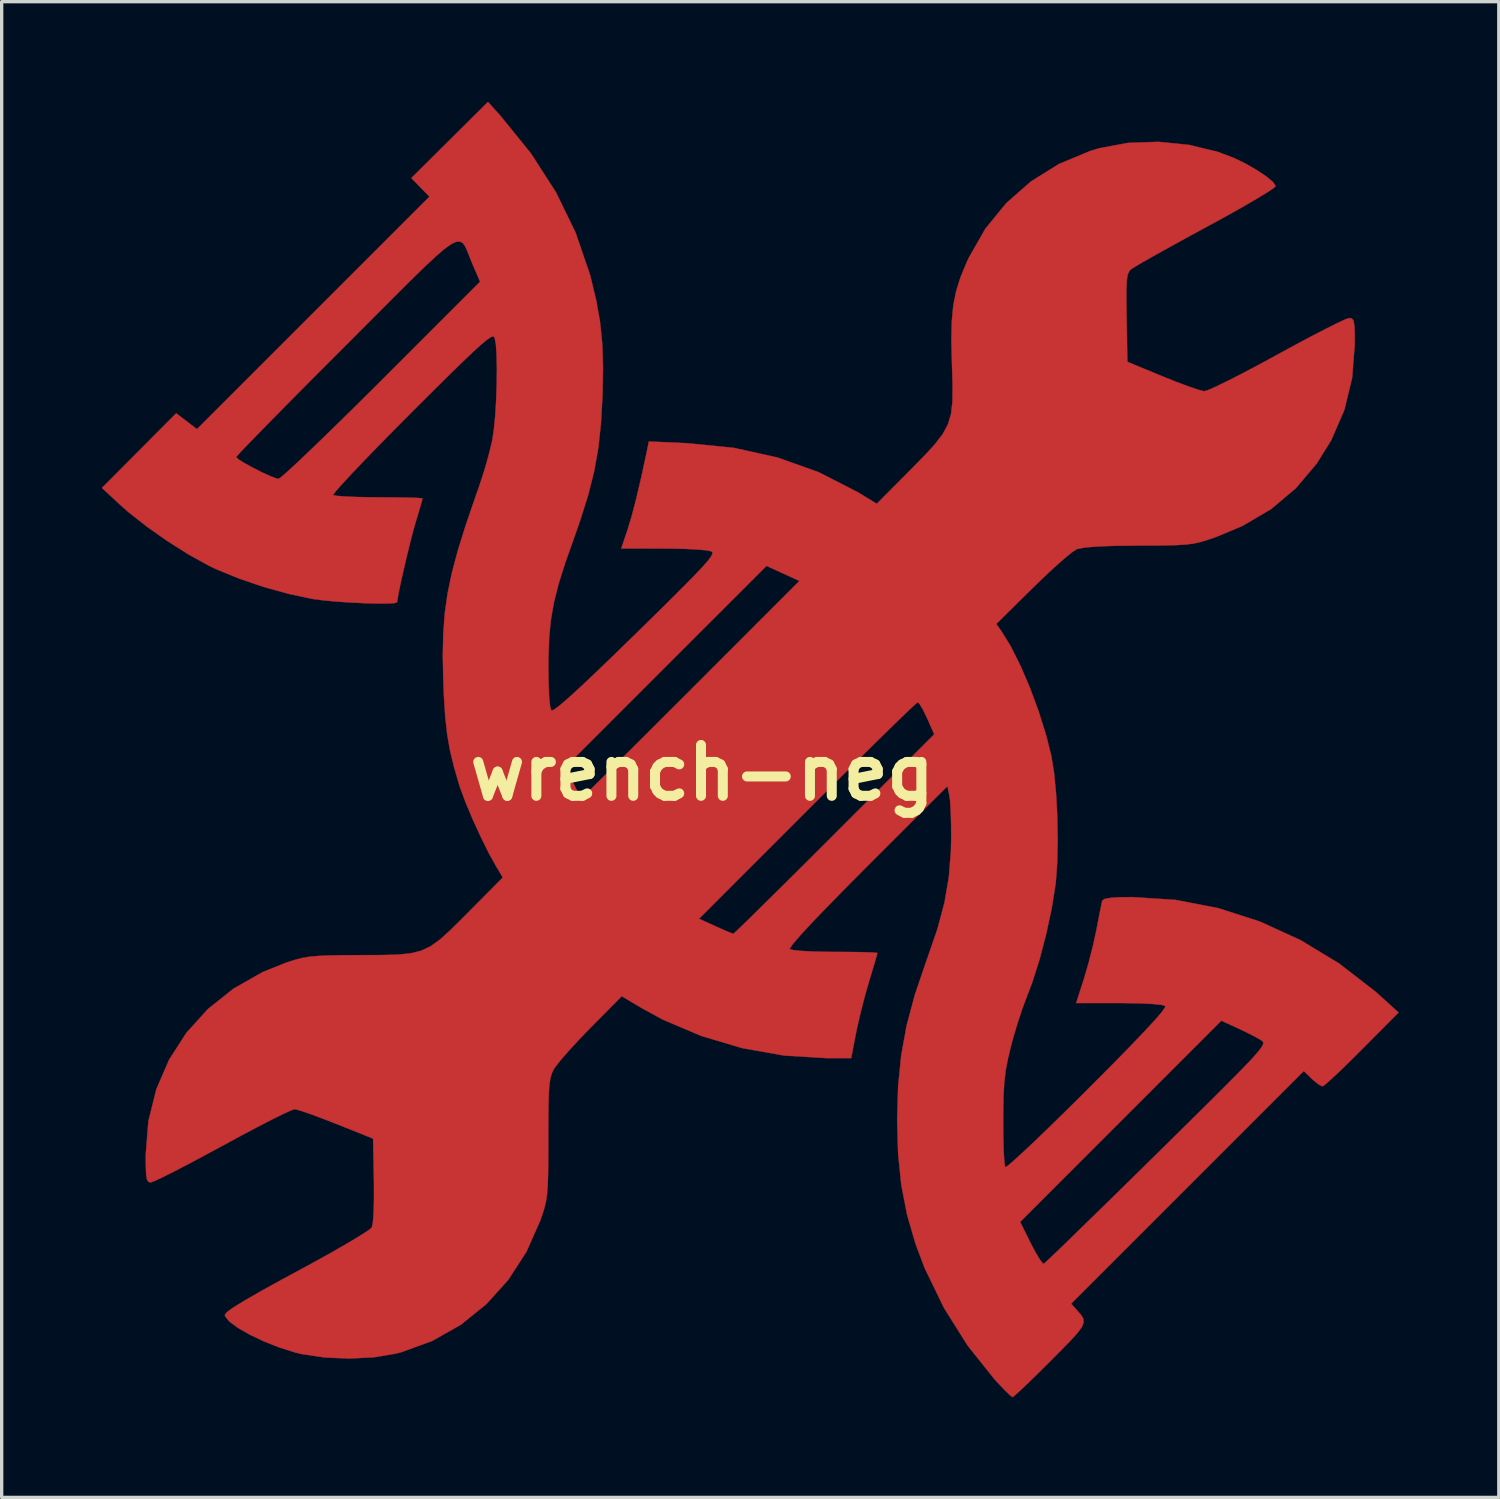
<source format=kicad_pcb>
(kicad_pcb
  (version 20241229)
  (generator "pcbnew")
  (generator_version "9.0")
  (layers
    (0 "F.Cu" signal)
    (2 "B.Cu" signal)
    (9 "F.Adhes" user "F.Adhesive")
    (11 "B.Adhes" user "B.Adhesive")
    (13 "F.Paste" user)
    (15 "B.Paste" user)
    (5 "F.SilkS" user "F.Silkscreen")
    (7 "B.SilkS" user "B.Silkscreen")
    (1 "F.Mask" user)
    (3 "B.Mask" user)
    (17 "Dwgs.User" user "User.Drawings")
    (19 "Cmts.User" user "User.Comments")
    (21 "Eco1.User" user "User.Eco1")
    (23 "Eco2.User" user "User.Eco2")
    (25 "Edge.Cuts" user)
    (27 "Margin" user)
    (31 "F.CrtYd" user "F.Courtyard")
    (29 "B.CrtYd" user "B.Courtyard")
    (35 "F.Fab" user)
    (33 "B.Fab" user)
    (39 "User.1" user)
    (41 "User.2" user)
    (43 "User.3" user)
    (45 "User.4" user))
  (footprint "wrench-neg"
    (layer "F.Cu")
    (at 17.997 20.113)
    (property "Reference" "wrench-neg" (at 0 0 0) (layer "F.SilkS") (effects (font (size 1.524 1.524) (thickness 0.3))))
    (attr through_hole)
    (fp_poly (pts (xy -6.042 -19.685) (xy -5.132 -18.563) (xy -4.385 -17.402) (xy -3.798 -16.197) (xy -3.368 -14.942) (xy -3.349 -14.873) (xy -3.18 -14.174) (xy -3.064 -13.523) (xy -2.997 -12.867) (xy -2.974 -12.152) (xy -2.989 -11.326) (xy -2.989 -11.312) (xy -3.035 -10.481) (xy -3.114 -9.742) (xy -3.238 -9.041) (xy -3.417 -8.329) (xy -3.662 -7.553) (xy -3.857 -6.998) (xy -4.113 -6.272) (xy -4.306 -5.658) (xy -4.443 -5.114) (xy -4.534 -4.599) (xy -4.587 -4.071) (xy -4.609 -3.488) (xy -4.612 -3.156) (xy -4.605 -2.664) (xy -4.588 -2.27) (xy -4.56 -1.996) (xy -4.525 -1.867) (xy -4.523 -1.864) (xy -4.45 -1.887) (xy -4.282 -2.011) (xy -4.015 -2.24) (xy -3.645 -2.578) (xy -3.169 -3.028) (xy -2.582 -3.593) (xy -1.999 -4.162) (xy -1.387 -4.762) (xy -0.887 -5.256) (xy -0.49 -5.654) (xy -0.185 -5.966) (xy 0.038 -6.203) (xy 0.187 -6.377) (xy 0.274 -6.497) (xy 0.308 -6.575) (xy 0.299 -6.621) (xy 0.282 -6.635) (xy 0.142 -6.667) (xy -0.135 -6.693) (xy -0.517 -6.712) (xy -0.974 -6.722) (xy -1.15 -6.723) (xy -2.427 -6.724) (xy -2.24 -7.278) (xy -2.117 -7.684) (xy -1.976 -8.224) (xy -1.825 -8.866) (xy -1.672 -9.576) (xy -1.641 -9.728) (xy -1.599 -9.931) (xy -0.44 -9.879) (xy 0.948 -9.74) (xy 2.258 -9.45) (xy 3.49 -9.011) (xy 4.643 -8.421) (xy 4.711 -8.381) (xy 5.231 -8.065) (xy 6.211 -9.049) (xy 6.645 -9.49) (xy 6.973 -9.846) (xy 7.208 -10.153) (xy 7.365 -10.445) (xy 7.458 -10.758) (xy 7.5 -11.127) (xy 7.505 -11.586) (xy 7.488 -12.17) (xy 7.485 -12.249) (xy 7.468 -12.95) (xy 7.479 -13.522) (xy 7.524 -14.004) (xy 7.61 -14.436) (xy 7.742 -14.856) (xy 7.927 -15.303) (xy 7.988 -15.436) (xy 8.485 -16.306) (xy 9.11 -17.072) (xy 9.851 -17.724) (xy 10.694 -18.249) (xy 11.628 -18.638) (xy 11.899 -18.72) (xy 12.758 -18.88) (xy 13.672 -18.912) (xy 14.592 -18.82) (xy 15.467 -18.607) (xy 15.946 -18.424) (xy 16.297 -18.253) (xy 16.63 -18.06) (xy 16.912 -17.87) (xy 17.109 -17.705) (xy 17.187 -17.588) (xy 17.187 -17.584) (xy 17.116 -17.518) (xy 16.913 -17.385) (xy 16.599 -17.194) (xy 16.192 -16.958) (xy 15.711 -16.688) (xy 15.174 -16.394) (xy 15.092 -16.35) (xy 14.54 -16.05) (xy 14.033 -15.771) (xy 13.589 -15.524) (xy 13.23 -15.321) (xy 12.978 -15.173) (xy 12.851 -15.092) (xy 12.846 -15.088) (xy 12.789 -15.021) (xy 12.749 -14.921) (xy 12.725 -14.759) (xy 12.713 -14.51) (xy 12.712 -14.145) (xy 12.719 -13.639) (xy 12.719 -13.638) (xy 12.742 -12.319) (xy 13.801 -11.881) (xy 14.207 -11.718) (xy 14.571 -11.582) (xy 14.857 -11.484) (xy 15.03 -11.439) (xy 15.048 -11.437) (xy 15.17 -11.475) (xy 15.418 -11.585) (xy 15.771 -11.757) (xy 16.207 -11.98) (xy 16.705 -12.244) (xy 17.233 -12.531) (xy 17.769 -12.823) (xy 18.263 -13.086) (xy 18.694 -13.309) (xy 19.04 -13.482) (xy 19.28 -13.593) (xy 19.394 -13.631) (xy 19.472 -13.617) (xy 19.52 -13.555) (xy 19.546 -13.411) (xy 19.556 -13.154) (xy 19.558 -12.865) (xy 19.48 -11.839) (xy 19.246 -10.876) (xy 18.852 -9.967) (xy 18.418 -9.271) (xy 17.791 -8.529) (xy 17.052 -7.907) (xy 16.194 -7.401) (xy 15.431 -7.081) (xy 15.168 -6.989) (xy 14.947 -6.921) (xy 14.736 -6.873) (xy 14.501 -6.843) (xy 14.209 -6.825) (xy 13.828 -6.816) (xy 13.323 -6.812) (xy 13.081 -6.812) (xy 12.385 -6.804) (xy 11.851 -6.785) (xy 11.475 -6.754) (xy 11.249 -6.711) (xy 11.22 -6.7) (xy 11.079 -6.607) (xy 10.844 -6.415) (xy 10.54 -6.145) (xy 10.193 -5.821) (xy 9.891 -5.527) (xy 8.813 -4.461) (xy 8.971 -4.239) (xy 9.251 -3.784) (xy 9.541 -3.203) (xy 9.826 -2.538) (xy 10.087 -1.83) (xy 10.309 -1.121) (xy 10.463 -0.508) (xy 10.544 -0.009) (xy 10.604 0.608) (xy 10.641 1.292) (xy 10.654 1.994) (xy 10.641 2.662) (xy 10.6 3.247) (xy 10.587 3.358) (xy 10.474 4.067) (xy 10.31 4.83) (xy 10.112 5.587) (xy 9.893 6.277) (xy 9.737 6.689) (xy 9.597 7.059) (xy 9.446 7.519) (xy 9.305 7.995) (xy 9.248 8.213) (xy 9.157 8.594) (xy 9.094 8.93) (xy 9.054 9.268) (xy 9.031 9.656) (xy 9.022 10.142) (xy 9.02 10.428) (xy 9.023 10.887) (xy 9.033 11.286) (xy 9.05 11.594) (xy 9.07 11.781) (xy 9.084 11.821) (xy 9.156 11.778) (xy 9.334 11.627) (xy 9.606 11.379) (xy 9.957 11.049) (xy 10.376 10.646) (xy 10.848 10.185) (xy 11.362 9.677) (xy 11.558 9.481) (xy 12.238 8.799) (xy 12.796 8.229) (xy 13.236 7.77) (xy 13.561 7.419) (xy 13.772 7.173) (xy 13.873 7.029) (xy 13.879 6.987) (xy 13.761 6.954) (xy 13.497 6.927) (xy 13.109 6.909) (xy 12.62 6.901) (xy 12.5 6.9) (xy 11.208 6.9) (xy 11.44 6.177) (xy 11.572 5.727) (xy 11.704 5.213) (xy 11.809 4.739) (xy 11.817 4.696) (xy 11.884 4.348) (xy 11.942 4.058) (xy 11.98 3.871) (xy 11.99 3.831) (xy 12.061 3.779) (xy 12.256 3.745) (xy 12.59 3.728) (xy 12.898 3.725) (xy 14.187 3.809) (xy 15.466 4.056) (xy 16.719 4.459) (xy 17.93 5.013) (xy 19.085 5.712) (xy 20.167 6.549) (xy 20.362 6.723) (xy 20.87 7.184) (xy 19.771 8.291) (xy 19.418 8.642) (xy 19.103 8.947) (xy 18.847 9.188) (xy 18.669 9.344) (xy 18.59 9.398) (xy 18.482 9.344) (xy 18.314 9.21) (xy 18.269 9.168) (xy 18.029 8.938) (xy 11.056 15.911) (xy 11.23 16.105) (xy 11.348 16.24) (xy 11.42 16.356) (xy 11.433 16.473) (xy 11.378 16.612) (xy 11.242 16.795) (xy 11.016 17.043) (xy 10.688 17.378) (xy 10.447 17.62) (xy 10.097 17.968) (xy 9.787 18.27) (xy 9.538 18.507) (xy 9.369 18.66) (xy 9.3 18.711) (xy 9.221 18.653) (xy 9.06 18.496) (xy 8.847 18.271) (xy 8.765 18.182) (xy 7.952 17.163) (xy 7.245 16.037) (xy 6.667 14.845) (xy 6.391 14.111) (xy 6.202 13.459) (xy 9.529 13.459) (xy 9.847 14.102) (xy 9.999 14.39) (xy 10.129 14.604) (xy 10.218 14.711) (xy 10.236 14.717) (xy 10.307 14.654) (xy 10.489 14.483) (xy 10.768 14.215) (xy 11.134 13.86) (xy 11.576 13.429) (xy 12.083 12.934) (xy 12.643 12.385) (xy 13.245 11.793) (xy 13.628 11.416) (xy 14.344 10.71) (xy 14.949 10.113) (xy 15.45 9.616) (xy 15.857 9.208) (xy 16.179 8.881) (xy 16.425 8.625) (xy 16.602 8.43) (xy 16.721 8.286) (xy 16.79 8.185) (xy 16.817 8.115) (xy 16.812 8.069) (xy 16.783 8.035) (xy 16.751 8.013) (xy 16.568 7.908) (xy 16.295 7.77) (xy 16.055 7.656) (xy 15.558 7.429) (xy 9.529 13.459) (xy 6.202 13.459) (xy 6.138 13.237) (xy 5.967 12.357) (xy 5.871 11.418) (xy 5.843 10.414) (xy 5.871 9.402) (xy 5.963 8.472) (xy 6.127 7.571) (xy 6.375 6.646) (xy 6.716 5.644) (xy 6.752 5.546) (xy 7.052 4.673) (xy 7.262 3.883) (xy 7.392 3.123) (xy 7.454 2.339) (xy 7.462 1.983) (xy 7.46 1.555) (xy 7.449 1.163) (xy 7.431 0.853) (xy 7.409 0.681) (xy 7.348 0.401) (xy 4.946 2.801) (xy 4.278 3.473) (xy 3.72 4.043) (xy 3.273 4.509) (xy 2.941 4.869) (xy 2.725 5.12) (xy 2.629 5.258) (xy 2.626 5.285) (xy 2.737 5.314) (xy 2.988 5.339) (xy 3.347 5.357) (xy 3.786 5.366) (xy 3.979 5.367) (xy 4.421 5.369) (xy 4.796 5.375) (xy 5.075 5.384) (xy 5.229 5.395) (xy 5.249 5.401) (xy 5.226 5.491) (xy 5.164 5.707) (xy 5.072 6.013) (xy 5 6.252) (xy 4.868 6.713) (xy 4.738 7.222) (xy 4.632 7.688) (xy 4.607 7.811) (xy 4.464 8.551) (xy 3.72 8.551) (xy 2.457 8.474) (xy 1.195 8.25) (xy -0.03 7.886) (xy -1.185 7.394) (xy -1.778 7.071) (xy -2.413 6.695) (xy -3.352 7.645) (xy -3.69 7.994) (xy -3.996 8.327) (xy -4.245 8.613) (xy -4.41 8.823) (xy -4.453 8.89) (xy -4.508 9.006) (xy -4.548 9.141) (xy -4.578 9.322) (xy -4.597 9.572) (xy -4.608 9.918) (xy -4.613 10.384) (xy -4.615 10.964) (xy -4.616 11.56) (xy -4.62 12.017) (xy -4.631 12.364) (xy -4.651 12.631) (xy -4.683 12.848) (xy -4.731 13.046) (xy -4.796 13.253) (xy -4.854 13.419) (xy -5.268 14.353) (xy -5.812 15.194) (xy -6.473 15.927) (xy -7.236 16.542) (xy -8.089 17.025) (xy -9.018 17.365) (xy -9.189 17.409) (xy -9.844 17.517) (xy -10.576 17.555) (xy -11.317 17.523) (xy -11.997 17.422) (xy -12.219 17.368) (xy -12.688 17.218) (xy -13.145 17.037) (xy -13.562 16.838) (xy -13.912 16.638) (xy -14.166 16.452) (xy -14.297 16.293) (xy -14.309 16.244) (xy -14.243 16.162) (xy -14.043 16.018) (xy -13.705 15.81) (xy -13.225 15.534) (xy -12.598 15.188) (xy -12.149 14.946) (xy -11.592 14.643) (xy -11.082 14.359) (xy -10.64 14.104) (xy -10.284 13.891) (xy -10.034 13.732) (xy -9.911 13.636) (xy -9.903 13.626) (xy -9.871 13.478) (xy -9.849 13.188) (xy -9.838 12.785) (xy -9.839 12.296) (xy -9.84 12.214) (xy -9.864 10.964) (xy -10.964 10.524) (xy -11.375 10.364) (xy -11.739 10.229) (xy -12.023 10.131) (xy -12.193 10.083) (xy -12.216 10.08) (xy -12.328 10.118) (xy -12.566 10.228) (xy -12.911 10.399) (xy -13.341 10.621) (xy -13.836 10.883) (xy -14.373 11.174) (xy -14.377 11.176) (xy -14.915 11.467) (xy -15.409 11.73) (xy -15.839 11.953) (xy -16.183 12.125) (xy -16.422 12.237) (xy -16.533 12.277) (xy -16.534 12.277) (xy -16.601 12.258) (xy -16.644 12.182) (xy -16.668 12.018) (xy -16.678 11.737) (xy -16.679 11.444) (xy -16.599 10.439) (xy -16.363 9.488) (xy -15.981 8.603) (xy -15.463 7.796) (xy -14.816 7.081) (xy -14.05 6.469) (xy -13.175 5.972) (xy -12.46 5.686) (xy -12.22 5.609) (xy -12.005 5.552) (xy -11.78 5.513) (xy -11.515 5.488) (xy -11.175 5.473) (xy -10.728 5.466) (xy -10.202 5.464) (xy -9.588 5.462) (xy -9.109 5.448) (xy -8.731 5.409) (xy -8.42 5.331) (xy -8.143 5.199) (xy -7.865 5) (xy -7.553 4.719) (xy -7.203 4.373) (xy -0.096 4.373) (xy 0.396 4.598) (xy 0.657 4.714) (xy 0.851 4.796) (xy 0.932 4.824) (xy 0.998 4.767) (xy 1.173 4.6) (xy 1.444 4.337) (xy 1.799 3.987) (xy 2.229 3.563) (xy 2.72 3.076) (xy 3.261 2.537) (xy 3.842 1.958) (xy 3.964 1.835) (xy 6.954 -1.155) (xy 6.741 -1.636) (xy 6.62 -1.887) (xy 6.517 -2.061) (xy 6.46 -2.117) (xy 6.389 -2.058) (xy 6.21 -1.891) (xy 5.933 -1.626) (xy 5.571 -1.273) (xy 5.133 -0.844) (xy 4.632 -0.349) (xy 4.079 0.199) (xy 3.484 0.792) (xy 3.148 1.128) (xy -0.096 4.373) (xy -7.203 4.373) (xy -7.172 4.342) (xy -6.946 4.114) (xy -5.976 3.137) (xy -6.169 2.817) (xy -6.393 2.414) (xy -6.639 1.918) (xy -6.883 1.386) (xy -7.097 0.876) (xy -7.256 0.444) (xy -7.277 0.381) (xy -7.438 -0.17) (xy -7.439 -0.174) (xy -4.102 -0.174) (xy -3.872 0.294) (xy -3.749 0.539) (xy -3.657 0.708) (xy -3.62 0.762) (xy -3.558 0.704) (xy -3.387 0.537) (xy -3.118 0.272) (xy -2.762 -0.081) (xy -2.331 -0.509) (xy -1.835 -1.003) (xy -1.285 -1.552) (xy -0.692 -2.144) (xy -0.342 -2.494) (xy 2.914 -5.751) (xy 2.42 -5.977) (xy 1.927 -6.202) (xy -4.102 -0.174) (xy -7.439 -0.174) (xy -7.558 -0.663) (xy -7.643 -1.147) (xy -7.702 -1.67) (xy -7.741 -2.28) (xy -7.761 -2.794) (xy -7.775 -3.52) (xy -7.761 -4.172) (xy -7.716 -4.781) (xy -7.632 -5.378) (xy -7.503 -5.995) (xy -7.325 -6.663) (xy -7.091 -7.413) (xy -6.796 -8.277) (xy -6.691 -8.572) (xy -6.549 -9.005) (xy -6.412 -9.478) (xy -6.308 -9.901) (xy -6.293 -9.969) (xy -6.244 -10.294) (xy -6.204 -10.706) (xy -6.176 -11.172) (xy -6.159 -11.654) (xy -6.154 -12.117) (xy -6.163 -12.527) (xy -6.185 -12.846) (xy -6.222 -13.039) (xy -6.232 -13.06) (xy -6.268 -13.081) (xy -6.34 -13.056) (xy -6.456 -12.977) (xy -6.629 -12.834) (xy -6.867 -12.617) (xy -7.182 -12.317) (xy -7.584 -11.925) (xy -8.083 -11.431) (xy -8.69 -10.826) (xy -8.719 -10.796) (xy -9.241 -10.271) (xy -9.721 -9.782) (xy -10.147 -9.343) (xy -10.506 -8.965) (xy -10.786 -8.663) (xy -10.974 -8.45) (xy -11.059 -8.338) (xy -11.062 -8.324) (xy -10.959 -8.302) (xy -10.718 -8.283) (xy -10.368 -8.268) (xy -9.942 -8.259) (xy -9.69 -8.258) (xy -9.241 -8.255) (xy -8.859 -8.249) (xy -8.571 -8.241) (xy -8.408 -8.231) (xy -8.382 -8.225) (xy -8.405 -8.136) (xy -8.466 -7.924) (xy -8.554 -7.629) (xy -8.592 -7.505) (xy -8.669 -7.232) (xy -8.761 -6.873) (xy -8.86 -6.467) (xy -8.956 -6.055) (xy -9.041 -5.673) (xy -9.105 -5.361) (xy -9.14 -5.157) (xy -9.144 -5.113) (xy -9.223 -5.087) (xy -9.436 -5.075) (xy -9.751 -5.074) (xy -10.134 -5.085) (xy -10.55 -5.105) (xy -10.966 -5.133) (xy -11.348 -5.169) (xy -11.663 -5.209) (xy -11.69 -5.214) (xy -12.395 -5.363) (xy -13.155 -5.575) (xy -13.904 -5.831) (xy -14.575 -6.107) (xy -14.793 -6.211) (xy -15.391 -6.542) (xy -16.03 -6.946) (xy -16.652 -7.384) (xy -17.203 -7.818) (xy -17.442 -8.029) (xy -17.992 -8.54) (xy -17.073 -9.463) (xy -13.97 -9.463) (xy -13.9 -9.396) (xy -13.719 -9.282) (xy -13.47 -9.146) (xy -13.198 -9.008) (xy -12.946 -8.893) (xy -12.758 -8.822) (xy -12.7 -8.809) (xy -12.616 -8.867) (xy -12.426 -9.033) (xy -12.14 -9.297) (xy -11.771 -9.647) (xy -11.331 -10.071) (xy -10.832 -10.558) (xy -10.285 -11.096) (xy -9.703 -11.675) (xy -9.615 -11.763) (xy -6.658 -14.721) (xy -6.889 -15.256) (xy -6.972 -15.462) (xy -7.041 -15.639) (xy -7.106 -15.78) (xy -7.176 -15.877) (xy -7.263 -15.925) (xy -7.376 -15.916) (xy -7.526 -15.845) (xy -7.723 -15.704) (xy -7.977 -15.486) (xy -8.299 -15.186) (xy -8.699 -14.797) (xy -9.187 -14.311) (xy -9.774 -13.723) (xy -10.469 -13.026) (xy -10.67 -12.825) (xy -11.287 -12.207) (xy -11.866 -11.625) (xy -12.397 -11.089) (xy -12.869 -10.611) (xy -13.271 -10.201) (xy -13.591 -9.871) (xy -13.821 -9.631) (xy -13.948 -9.493) (xy -13.97 -9.463) (xy -17.073 -9.463) (xy -16.879 -9.658) (xy -15.767 -10.776) (xy -15.455 -10.538) (xy -15.143 -10.3) (xy -8.175 -17.268) (xy -8.446 -17.547) (xy -8.718 -17.827) (xy -6.422 -20.108) (xy -6.042 -19.685)) (stroke (width 0.01) (type solid)) (fill yes) (layer "F.Cu")))
  (gr_rect
    (start -3 -3)
    (end 41.872 41.83)
    (stroke (width 0.1) (type default))
    (fill no)
    (layer "Edge.Cuts")))
</source>
